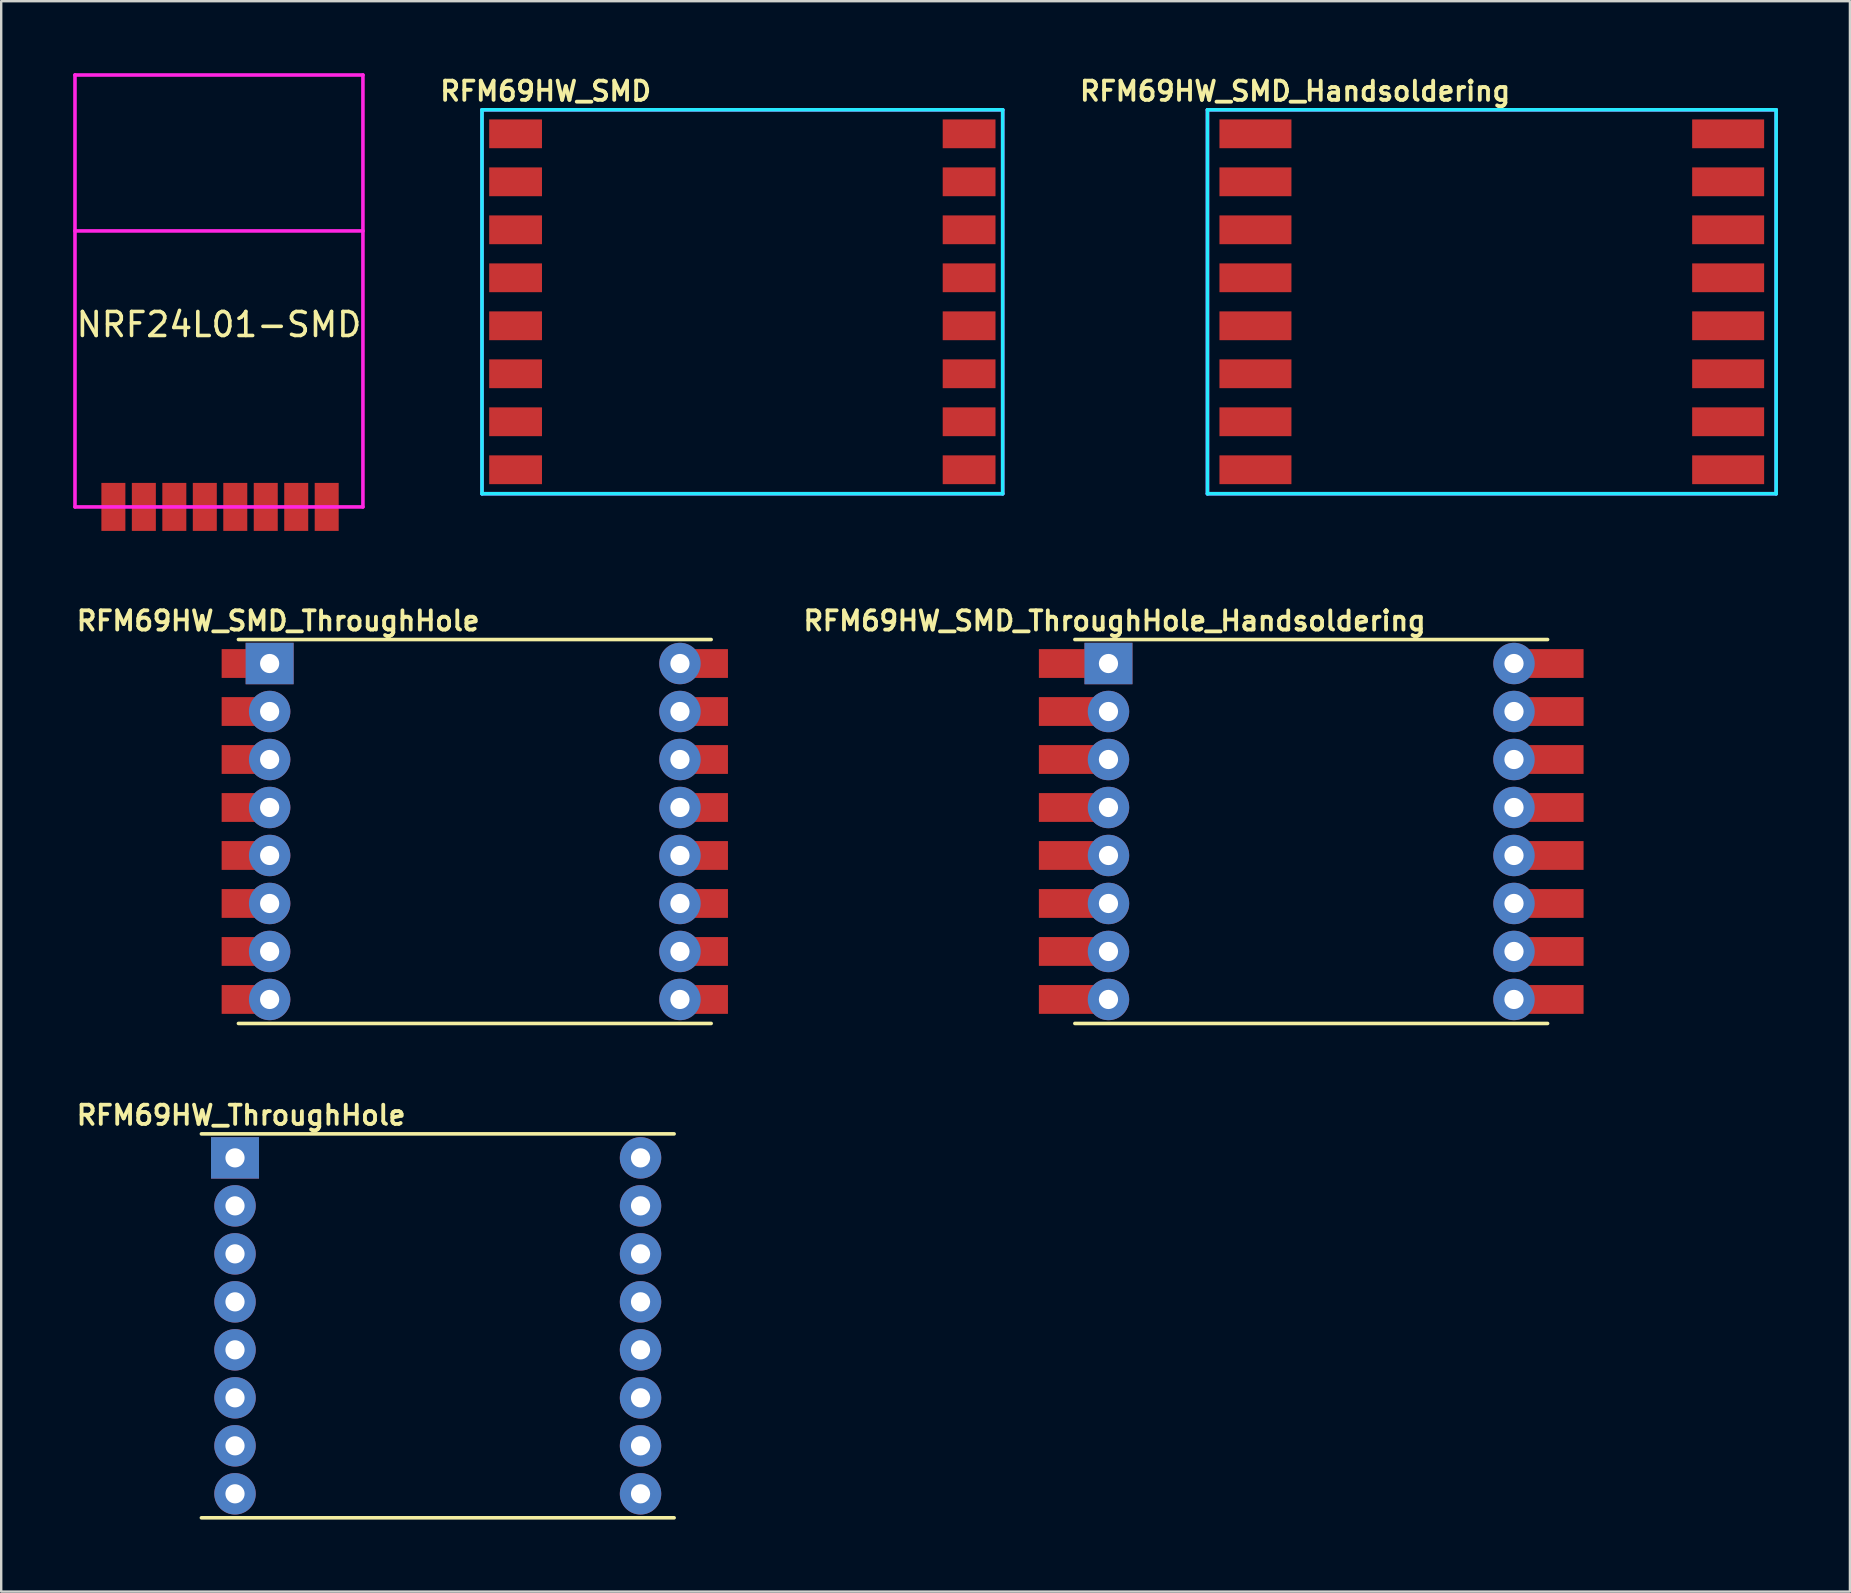
<source format=kicad_pcb>
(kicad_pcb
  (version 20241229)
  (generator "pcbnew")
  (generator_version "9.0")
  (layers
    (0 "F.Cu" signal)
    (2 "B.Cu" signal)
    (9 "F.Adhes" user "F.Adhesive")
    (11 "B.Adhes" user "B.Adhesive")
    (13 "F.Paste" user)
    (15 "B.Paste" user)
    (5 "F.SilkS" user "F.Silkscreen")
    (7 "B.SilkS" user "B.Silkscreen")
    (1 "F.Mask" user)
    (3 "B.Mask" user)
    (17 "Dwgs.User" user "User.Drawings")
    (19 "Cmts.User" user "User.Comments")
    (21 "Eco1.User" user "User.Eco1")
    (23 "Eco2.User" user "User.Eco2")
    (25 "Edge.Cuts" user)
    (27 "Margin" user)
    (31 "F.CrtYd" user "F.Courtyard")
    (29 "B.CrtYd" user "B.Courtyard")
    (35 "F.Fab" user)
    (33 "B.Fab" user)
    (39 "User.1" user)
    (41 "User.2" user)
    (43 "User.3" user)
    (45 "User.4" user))
  (footprint "NRF24L01-SMD"
    (layer "F.Cu")
    (at 6.075 9.375)
    (property "Reference" "NRF24L01-SMD" (at 0 1.1 0) (layer "F.SilkS") (effects (font (size 1 1) (thickness 0.15))))
    (attr through_hole)
    (fp_line (start -6 -9.3) (end 6 -9.3) (stroke (width 0.15) (type solid)) (layer "F.CrtYd"))
    (fp_line (start -6 -2.8) (end 6 -2.8) (stroke (width 0.15) (type solid)) (layer "F.CrtYd"))
    (fp_line (start -6 8.7) (end -6 -9.3) (stroke (width 0.15) (type solid)) (layer "F.CrtYd"))
    (fp_line (start 6 -9.3) (end 6 8.7) (stroke (width 0.15) (type solid)) (layer "F.CrtYd"))
    (fp_line (start 6 8.7) (end -6 8.7) (stroke (width 0.15) (type solid)) (layer "F.CrtYd"))
    (pad "1" smd rect (at -4.4 8.7) (size 1 2) (layers "F.Cu" "F.Mask" "F.Paste"))
    (pad "2" smd rect (at -3.13 8.7) (size 1 2) (layers "F.Cu" "F.Mask" "F.Paste"))
    (pad "3" smd rect (at -1.86 8.7) (size 1 2) (layers "F.Cu" "F.Mask" "F.Paste"))
    (pad "4" smd rect (at -0.59 8.7) (size 1 2) (layers "F.Cu" "F.Mask" "F.Paste"))
    (pad "5" smd rect (at 0.68 8.7) (size 1 2) (layers "F.Cu" "F.Mask" "F.Paste"))
    (pad "6" smd rect (at 1.95 8.7) (size 1 2) (layers "F.Cu" "F.Mask" "F.Paste"))
    (pad "7" smd rect (at 3.22 8.7) (size 1 2) (layers "F.Cu" "F.Mask" "F.Paste"))
    (pad "8" smd rect (at 4.49 8.7) (size 1 2) (layers "F.Cu" "F.Mask" "F.Paste")))
  (footprint "RFM69HW_SMD_ThroughHole"
    (layer "F.Cu")
    (at 8.287 24.602)
    (property "Reference" "RFM69HW_SMD_ThroughHole" (at 0.254 -1.778 0) (layer "F.SilkS") (effects (font (size 0.8 0.8) (thickness 0.16))))
    (attr through_hole)
    (fp_line (start -1.4 -1) (end 18.3 -1) (stroke (width 0.15) (type solid)) (layer "F.SilkS"))
    (fp_line (start -1.4 15) (end 18.3 15) (stroke (width 0.15) (type solid)) (layer "F.SilkS"))
    (pad "1" smd rect (at -1 0) (size 2.2 1.2) (layers "F.Cu" "F.Mask" "F.Paste"))
    (pad "1" thru_hole rect (at -0.1 0) (size 2 1.727) (drill 0.8) (layers "*.Cu" "B.Mask"))
    (pad "2" smd rect (at -1 2) (size 2.2 1.2) (layers "F.Cu" "F.Mask" "F.Paste"))
    (pad "2" thru_hole circle (at -0.1 2) (size 1.727 1.727) (drill 0.8) (layers "*.Cu" "B.Mask"))
    (pad "3" smd rect (at -1 4) (size 2.2 1.2) (layers "F.Cu" "F.Mask" "F.Paste"))
    (pad "3" thru_hole circle (at -0.1 4) (size 1.727 1.727) (drill 0.8) (layers "*.Cu" "B.Mask"))
    (pad "4" smd rect (at -1 6) (size 2.2 1.2) (layers "F.Cu" "F.Mask" "F.Paste"))
    (pad "4" thru_hole circle (at -0.1 6) (size 1.727 1.727) (drill 0.8) (layers "*.Cu" "B.Mask"))
    (pad "5" smd rect (at -1 8) (size 2.2 1.2) (layers "F.Cu" "F.Mask" "F.Paste"))
    (pad "5" thru_hole circle (at -0.1 8) (size 1.727 1.727) (drill 0.8) (layers "*.Cu" "B.Mask"))
    (pad "6" smd rect (at -1 10) (size 2.2 1.2) (layers "F.Cu" "F.Mask" "F.Paste"))
    (pad "6" thru_hole circle (at -0.1 10) (size 1.727 1.727) (drill 0.8) (layers "*.Cu" "B.Mask"))
    (pad "7" smd rect (at -1 12) (size 2.2 1.2) (layers "F.Cu" "F.Mask" "F.Paste"))
    (pad "7" thru_hole circle (at -0.1 12) (size 1.727 1.727) (drill 0.8) (layers "*.Cu" "B.Mask"))
    (pad "8" smd rect (at -1 14) (size 2.2 1.2) (layers "F.Cu" "F.Mask" "F.Paste"))
    (pad "8" thru_hole circle (at -0.1 14) (size 1.727 1.727) (drill 0.8) (layers "*.Cu" "B.Mask"))
    (pad "9" thru_hole circle (at 17 14) (size 1.727 1.727) (drill 0.8) (layers "*.Cu" "B.Mask"))
    (pad "9" smd rect (at 17.9 14) (size 2.2 1.2) (layers "F.Cu" "F.Mask" "F.Paste"))
    (pad "10" thru_hole circle (at 17 12) (size 1.727 1.727) (drill 0.8) (layers "*.Cu" "B.Mask"))
    (pad "10" smd rect (at 17.9 12) (size 2.2 1.2) (layers "F.Cu" "F.Mask" "F.Paste"))
    (pad "11" thru_hole circle (at 17 10) (size 1.727 1.727) (drill 0.8) (layers "*.Cu" "B.Mask"))
    (pad "11" smd rect (at 17.9 10) (size 2.2 1.2) (layers "F.Cu" "F.Mask" "F.Paste"))
    (pad "12" thru_hole circle (at 17 8) (size 1.727 1.727) (drill 0.8) (layers "*.Cu" "B.Mask"))
    (pad "12" smd rect (at 17.9 8) (size 2.2 1.2) (layers "F.Cu" "F.Mask" "F.Paste"))
    (pad "13" thru_hole circle (at 17 6) (size 1.727 1.727) (drill 0.8) (layers "*.Cu" "B.Mask"))
    (pad "13" smd rect (at 17.9 6) (size 2.2 1.2) (layers "F.Cu" "F.Mask" "F.Paste"))
    (pad "14" thru_hole circle (at 17 4) (size 1.727 1.727) (drill 0.8) (layers "*.Cu" "B.Mask"))
    (pad "14" smd rect (at 17.9 4) (size 2.2 1.2) (layers "F.Cu" "F.Mask" "F.Paste"))
    (pad "15" thru_hole circle (at 17 2) (size 1.727 1.727) (drill 0.8) (layers "*.Cu" "B.Mask"))
    (pad "15" smd rect (at 17.9 2) (size 2.2 1.2) (layers "F.Cu" "F.Mask" "F.Paste"))
    (pad "16" thru_hole circle (at 17 0) (size 1.727 1.727) (drill 0.8) (layers "*.Cu" "B.Mask"))
    (pad "16" smd rect (at 17.9 0) (size 2.2 1.2) (layers "F.Cu" "F.Mask" "F.Paste")))
  (footprint "RFM69HW_SMD_Handsoldering"
    (layer "F.Cu")
    (at 50.67 2.527)
    (property "Reference" "RFM69HW_SMD_Handsoldering" (at 0.254 -1.778 0) (layer "F.SilkS") (effects (font (size 0.8 0.8) (thickness 0.16))))
    (attr through_hole)
    (fp_line (start -3.4 -1) (end -3.4 15) (stroke (width 0.15) (type solid)) (layer "B.CrtYd"))
    (fp_line (start -3.4 -1) (end 20.3 -1) (stroke (width 0.15) (type solid)) (layer "B.CrtYd"))
    (fp_line (start -3.4 15) (end 20.3 15) (stroke (width 0.15) (type solid)) (layer "B.CrtYd"))
    (fp_line (start 20.3 -1) (end 20.3 15) (stroke (width 0.15) (type solid)) (layer "B.CrtYd"))
    (fp_line (start -3.4 -1) (end -3.4 15) (stroke (width 0.15) (type solid)) (layer "F.CrtYd"))
    (fp_line (start -3.4 -1) (end 20.3 -1) (stroke (width 0.15) (type solid)) (layer "F.CrtYd"))
    (fp_line (start -3.4 15) (end 20.3 15) (stroke (width 0.15) (type solid)) (layer "F.CrtYd"))
    (fp_line (start 20.3 -1) (end 20.3 15) (stroke (width 0.15) (type solid)) (layer "F.CrtYd"))
    (pad "1" smd rect (at -1.4 0) (size 3 1.2) (layers "F.Cu" "F.Mask" "F.Paste"))
    (pad "2" smd rect (at -1.4 2) (size 3 1.2) (layers "F.Cu" "F.Mask" "F.Paste"))
    (pad "3" smd rect (at -1.4 4) (size 3 1.2) (layers "F.Cu" "F.Mask" "F.Paste"))
    (pad "4" smd rect (at -1.4 6) (size 3 1.2) (layers "F.Cu" "F.Mask" "F.Paste"))
    (pad "5" smd rect (at -1.4 8) (size 3 1.2) (layers "F.Cu" "F.Mask" "F.Paste"))
    (pad "6" smd rect (at -1.4 10) (size 3 1.2) (layers "F.Cu" "F.Mask" "F.Paste"))
    (pad "7" smd rect (at -1.4 12) (size 3 1.2) (layers "F.Cu" "F.Mask" "F.Paste"))
    (pad "8" smd rect (at -1.4 14) (size 3 1.2) (layers "F.Cu" "F.Mask" "F.Paste"))
    (pad "9" smd rect (at 18.3 14) (size 3 1.2) (layers "F.Cu" "F.Mask" "F.Paste"))
    (pad "10" smd rect (at 18.3 12) (size 3 1.2) (layers "F.Cu" "F.Mask" "F.Paste"))
    (pad "11" smd rect (at 18.3 10) (size 3 1.2) (layers "F.Cu" "F.Mask" "F.Paste"))
    (pad "12" smd rect (at 18.3 8) (size 3 1.2) (layers "F.Cu" "F.Mask" "F.Paste"))
    (pad "13" smd rect (at 18.3 6) (size 3 1.2) (layers "F.Cu" "F.Mask" "F.Paste"))
    (pad "14" smd rect (at 18.3 4) (size 3 1.2) (layers "F.Cu" "F.Mask" "F.Paste"))
    (pad "15" smd rect (at 18.3 2) (size 3 1.2) (layers "F.Cu" "F.Mask" "F.Paste"))
    (pad "16" smd rect (at 18.3 0) (size 3 1.2) (layers "F.Cu" "F.Mask" "F.Paste")))
  (footprint "RFM69HW_SMD_ThroughHole_Handsoldering"
    (layer "F.Cu")
    (at 43.145 24.602)
    (property "Reference" "RFM69HW_SMD_ThroughHole_Handsoldering" (at 0.254 -1.778 0) (layer "F.SilkS") (effects (font (size 0.8 0.8) (thickness 0.16))))
    (attr through_hole)
    (fp_line (start -1.4 -1) (end 18.3 -1) (stroke (width 0.15) (type solid)) (layer "F.SilkS"))
    (fp_line (start -1.4 15) (end 18.3 15) (stroke (width 0.15) (type solid)) (layer "F.SilkS"))
    (pad "1" smd rect (at -1.4 0) (size 3 1.2) (layers "F.Cu" "F.Mask" "F.Paste"))
    (pad "1" thru_hole rect (at 0 0) (size 2 1.727) (drill 0.8) (layers "*.Cu" "B.Mask"))
    (pad "2" smd rect (at -1.4 2) (size 3 1.2) (layers "F.Cu" "F.Mask" "F.Paste"))
    (pad "2" thru_hole circle (at 0 2) (size 1.727 1.727) (drill 0.8) (layers "*.Cu" "B.Mask"))
    (pad "3" smd rect (at -1.4 4) (size 3 1.2) (layers "F.Cu" "F.Mask" "F.Paste"))
    (pad "3" thru_hole circle (at 0 4) (size 1.727 1.727) (drill 0.8) (layers "*.Cu" "B.Mask"))
    (pad "4" smd rect (at -1.4 6) (size 3 1.2) (layers "F.Cu" "F.Mask" "F.Paste"))
    (pad "4" thru_hole circle (at 0 6) (size 1.727 1.727) (drill 0.8) (layers "*.Cu" "B.Mask"))
    (pad "5" smd rect (at -1.4 8) (size 3 1.2) (layers "F.Cu" "F.Mask" "F.Paste"))
    (pad "5" thru_hole circle (at 0 8) (size 1.727 1.727) (drill 0.8) (layers "*.Cu" "B.Mask"))
    (pad "6" smd rect (at -1.4 10) (size 3 1.2) (layers "F.Cu" "F.Mask" "F.Paste"))
    (pad "6" thru_hole circle (at 0 10) (size 1.727 1.727) (drill 0.8) (layers "*.Cu" "B.Mask"))
    (pad "7" smd rect (at -1.4 12) (size 3 1.2) (layers "F.Cu" "F.Mask" "F.Paste"))
    (pad "7" thru_hole circle (at 0 12) (size 1.727 1.727) (drill 0.8) (layers "*.Cu" "B.Mask"))
    (pad "8" smd rect (at -1.4 14) (size 3 1.2) (layers "F.Cu" "F.Mask" "F.Paste"))
    (pad "8" thru_hole circle (at 0 14) (size 1.727 1.727) (drill 0.8) (layers "*.Cu" "B.Mask"))
    (pad "9" thru_hole circle (at 16.9 14) (size 1.727 1.727) (drill 0.8) (layers "*.Cu" "B.Mask"))
    (pad "9" smd rect (at 18.3 14) (size 3 1.2) (layers "F.Cu" "F.Mask" "F.Paste"))
    (pad "10" thru_hole circle (at 16.9 12) (size 1.727 1.727) (drill 0.8) (layers "*.Cu" "B.Mask"))
    (pad "10" smd rect (at 18.3 12) (size 3 1.2) (layers "F.Cu" "F.Mask" "F.Paste"))
    (pad "11" thru_hole circle (at 16.9 10) (size 1.727 1.727) (drill 0.8) (layers "*.Cu" "B.Mask"))
    (pad "11" smd rect (at 18.3 10) (size 3 1.2) (layers "F.Cu" "F.Mask" "F.Paste"))
    (pad "12" thru_hole circle (at 16.9 8) (size 1.727 1.727) (drill 0.8) (layers "*.Cu" "B.Mask"))
    (pad "12" smd rect (at 18.3 8) (size 3 1.2) (layers "F.Cu" "F.Mask" "F.Paste"))
    (pad "13" thru_hole circle (at 16.9 6) (size 1.727 1.727) (drill 0.8) (layers "*.Cu" "B.Mask"))
    (pad "13" smd rect (at 18.3 6) (size 3 1.2) (layers "F.Cu" "F.Mask" "F.Paste"))
    (pad "14" thru_hole circle (at 16.9 4) (size 1.727 1.727) (drill 0.8) (layers "*.Cu" "B.Mask"))
    (pad "14" smd rect (at 18.3 4) (size 3 1.2) (layers "F.Cu" "F.Mask" "F.Paste"))
    (pad "15" thru_hole circle (at 16.9 2) (size 1.727 1.727) (drill 0.8) (layers "*.Cu" "B.Mask"))
    (pad "15" smd rect (at 18.3 2) (size 3 1.2) (layers "F.Cu" "F.Mask" "F.Paste"))
    (pad "16" thru_hole circle (at 16.9 0) (size 1.727 1.727) (drill 0.8) (layers "*.Cu" "B.Mask"))
    (pad "16" smd rect (at 18.3 0) (size 3 1.2) (layers "F.Cu" "F.Mask" "F.Paste")))
  (footprint "RFM69HW_ThroughHole"
    (layer "F.Cu")
    (at 6.744 45.204)
    (property "Reference" "RFM69HW_ThroughHole" (at 0.254 -1.778 0) (layer "F.SilkS") (effects (font (size 0.8 0.8) (thickness 0.16))))
    (attr through_hole)
    (fp_line (start -1.4 -1) (end 18.3 -1) (stroke (width 0.15) (type solid)) (layer "F.SilkS"))
    (fp_line (start -1.4 15) (end 18.3 15) (stroke (width 0.15) (type solid)) (layer "F.SilkS"))
    (pad "1" thru_hole rect (at 0 0) (size 2 1.727) (drill 0.8) (layers "*.Cu" "B.Mask"))
    (pad "2" thru_hole circle (at 0 2) (size 1.727 1.727) (drill 0.8) (layers "*.Cu" "B.Mask"))
    (pad "3" thru_hole circle (at 0 4) (size 1.727 1.727) (drill 0.8) (layers "*.Cu" "B.Mask"))
    (pad "4" thru_hole circle (at 0 6) (size 1.727 1.727) (drill 0.8) (layers "*.Cu" "B.Mask"))
    (pad "5" thru_hole circle (at 0 8) (size 1.727 1.727) (drill 0.8) (layers "*.Cu" "B.Mask"))
    (pad "6" thru_hole circle (at 0 10) (size 1.727 1.727) (drill 0.8) (layers "*.Cu" "B.Mask"))
    (pad "7" thru_hole circle (at 0 12) (size 1.727 1.727) (drill 0.8) (layers "*.Cu" "B.Mask"))
    (pad "8" thru_hole circle (at 0 14) (size 1.727 1.727) (drill 0.8) (layers "*.Cu" "B.Mask"))
    (pad "9" thru_hole circle (at 16.9 14) (size 1.727 1.727) (drill 0.8) (layers "*.Cu" "B.Mask"))
    (pad "10" thru_hole circle (at 16.9 12) (size 1.727 1.727) (drill 0.8) (layers "*.Cu" "B.Mask"))
    (pad "11" thru_hole circle (at 16.9 10) (size 1.727 1.727) (drill 0.8) (layers "*.Cu" "B.Mask"))
    (pad "12" thru_hole circle (at 16.9 8) (size 1.727 1.727) (drill 0.8) (layers "*.Cu" "B.Mask"))
    (pad "13" thru_hole circle (at 16.9 6) (size 1.727 1.727) (drill 0.8) (layers "*.Cu" "B.Mask"))
    (pad "14" thru_hole circle (at 16.9 4) (size 1.727 1.727) (drill 0.8) (layers "*.Cu" "B.Mask"))
    (pad "15" thru_hole circle (at 16.9 2) (size 1.727 1.727) (drill 0.8) (layers "*.Cu" "B.Mask"))
    (pad "16" thru_hole circle (at 16.9 0) (size 1.727 1.727) (drill 0.8) (layers "*.Cu" "B.Mask")))
  (footprint "RFM69HW_SMD"
    (layer "F.Cu")
    (at 19.437 2.527)
    (property "Reference" "RFM69HW_SMD" (at 0.254 -1.778 0) (layer "F.SilkS") (effects (font (size 0.8 0.8) (thickness 0.16))))
    (attr through_hole)
    (fp_line (start -2.4 -1) (end -2.4 15) (stroke (width 0.15) (type solid)) (layer "B.CrtYd"))
    (fp_line (start -2.4 -1) (end 19.3 -1) (stroke (width 0.15) (type solid)) (layer "B.CrtYd"))
    (fp_line (start -2.4 15) (end 19.3 15) (stroke (width 0.15) (type solid)) (layer "B.CrtYd"))
    (fp_line (start 19.3 -1) (end 19.3 15) (stroke (width 0.15) (type solid)) (layer "B.CrtYd"))
    (fp_line (start -2.4 -1) (end -2.4 15) (stroke (width 0.15) (type solid)) (layer "F.CrtYd"))
    (fp_line (start -2.4 -1) (end 19.3 -1) (stroke (width 0.15) (type solid)) (layer "F.CrtYd"))
    (fp_line (start -2.4 15) (end 19.3 15) (stroke (width 0.15) (type solid)) (layer "F.CrtYd"))
    (fp_line (start 19.3 -1) (end 19.3 15) (stroke (width 0.15) (type solid)) (layer "F.CrtYd"))
    (pad "1" smd rect (at -1 0) (size 2.2 1.2) (layers "F.Cu" "F.Mask" "F.Paste"))
    (pad "2" smd rect (at -1 2) (size 2.2 1.2) (layers "F.Cu" "F.Mask" "F.Paste"))
    (pad "3" smd rect (at -1 4) (size 2.2 1.2) (layers "F.Cu" "F.Mask" "F.Paste"))
    (pad "4" smd rect (at -1 6) (size 2.2 1.2) (layers "F.Cu" "F.Mask" "F.Paste"))
    (pad "5" smd rect (at -1 8) (size 2.2 1.2) (layers "F.Cu" "F.Mask" "F.Paste"))
    (pad "6" smd rect (at -1 10) (size 2.2 1.2) (layers "F.Cu" "F.Mask" "F.Paste"))
    (pad "7" smd rect (at -1 12) (size 2.2 1.2) (layers "F.Cu" "F.Mask" "F.Paste"))
    (pad "8" smd rect (at -1 14) (size 2.2 1.2) (layers "F.Cu" "F.Mask" "F.Paste"))
    (pad "9" smd rect (at 17.9 14) (size 2.2 1.2) (layers "F.Cu" "F.Mask" "F.Paste"))
    (pad "10" smd rect (at 17.9 12) (size 2.2 1.2) (layers "F.Cu" "F.Mask" "F.Paste"))
    (pad "11" smd rect (at 17.9 10) (size 2.2 1.2) (layers "F.Cu" "F.Mask" "F.Paste"))
    (pad "12" smd rect (at 17.9 8) (size 2.2 1.2) (layers "F.Cu" "F.Mask" "F.Paste"))
    (pad "13" smd rect (at 17.9 6) (size 2.2 1.2) (layers "F.Cu" "F.Mask" "F.Paste"))
    (pad "14" smd rect (at 17.9 4) (size 2.2 1.2) (layers "F.Cu" "F.Mask" "F.Paste"))
    (pad "15" smd rect (at 17.9 2) (size 2.2 1.2) (layers "F.Cu" "F.Mask" "F.Paste"))
    (pad "16" smd rect (at 17.9 0) (size 2.2 1.2) (layers "F.Cu" "F.Mask" "F.Paste")))
  (gr_rect
    (start -3 -3)
    (end 74.045 63.279)
    (stroke (width 0.1) (type default))
    (fill no)
    (layer "Edge.Cuts")))
</source>
